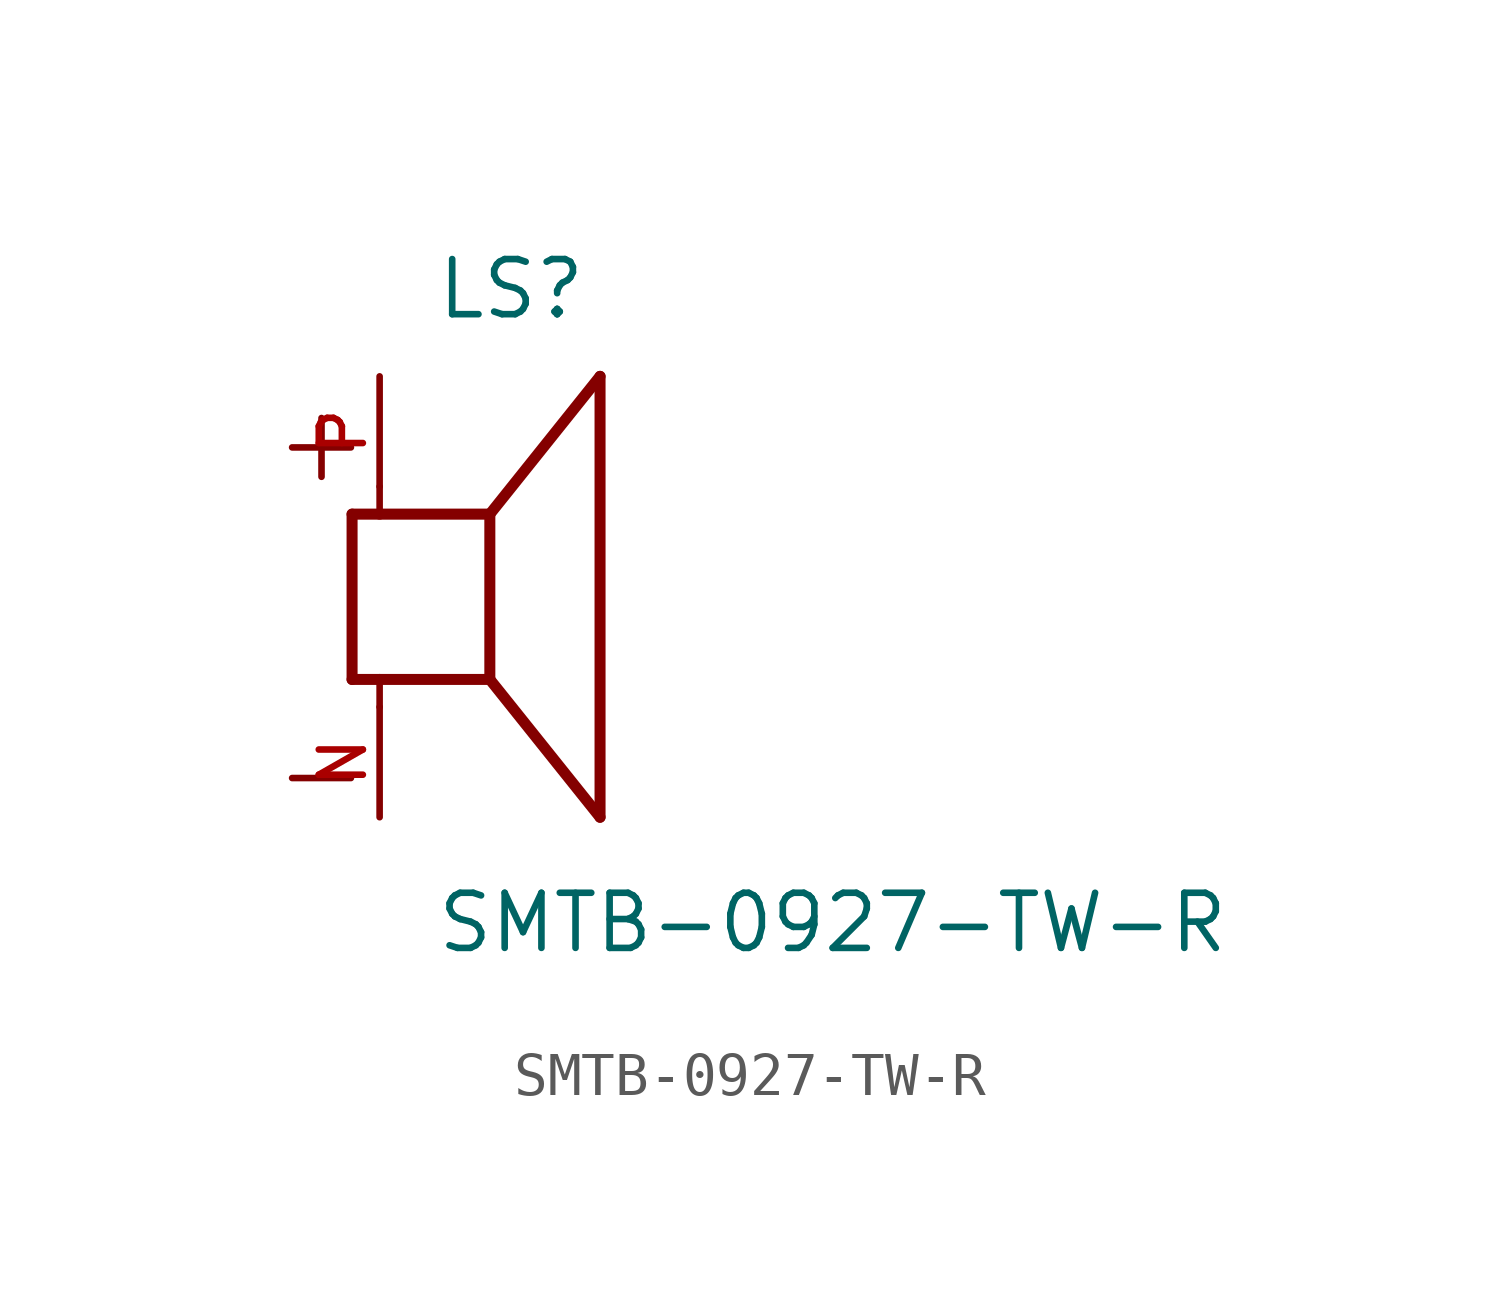
<source format=kicad_sym>
(kicad_symbol_lib
  (version 20211014)
  (generator kicad_symbol_editor)
  (symbol "SMTB-0927-TW-R"
    (pin_names
      (offset 1.016))
    (property "Reference" "LS"
      (at -1.27 6.35 0)
      (effects (font (size 1.27 1.27)) (justify bottom left)))
    (property "Value" "SMTB-0927-TW-R"
      (at -1.27 -8.255 0)
      (effects (font (size 1.27 1.27)) (justify bottom left)))
    (symbol "SMTB-0927-TW-R_0_0"
      (polyline (pts (xy -3.175 1.905) (xy -3.175 -1.905)) (stroke (width 0.254)))
      (polyline (pts (xy -3.175 -1.905) (xy -2.54 -1.905)) (stroke (width 0.254)))
      (polyline (pts (xy 0.0 -1.905) (xy 0.0 1.905)) (stroke (width 0.254)))
      (polyline (pts (xy -3.175 1.905) (xy -2.54 1.905)) (stroke (width 0.254)))
      (polyline (pts (xy 0.0 -1.905) (xy 2.54 -5.08)) (stroke (width 0.254)))
      (polyline (pts (xy 2.54 -5.08) (xy 2.54 5.08)) (stroke (width 0.254)))
      (polyline (pts (xy 0.0 1.905) (xy 2.54 5.08)) (stroke (width 0.254)))
      (polyline (pts (xy -2.54 -2.54) (xy -2.54 -1.905)) (stroke (width 0.152)))
      (polyline (pts (xy -2.54 -1.905) (xy 0.0 -1.905)) (stroke (width 0.254)))
      (polyline (pts (xy -2.54 2.54) (xy -2.54 1.905)) (stroke (width 0.152)))
      (polyline (pts (xy -2.54 1.905) (xy 0.0 1.905)) (stroke (width 0.254)))
      (text "+" (at -5.08 2.54 0) (effects (font (size 1.778 1.778)) (justify bottom left)))
      (text "-" (at -5.08 -5.08 0) (effects (font (size 1.778 1.778)) (justify bottom left)))
      (pin passive line (at -2.54 -5.08 90.0) (length 2.54) (name "~" (effects (font (size 1.016 1.016)))) (number "N" (effects (font (size 1.016 1.016)))))
      (pin passive line (at -2.54 5.08 270.0) (length 2.54) (name "~" (effects (font (size 1.016 1.016)))) (number "P" (effects (font (size 1.016 1.016))))))))
</source>
